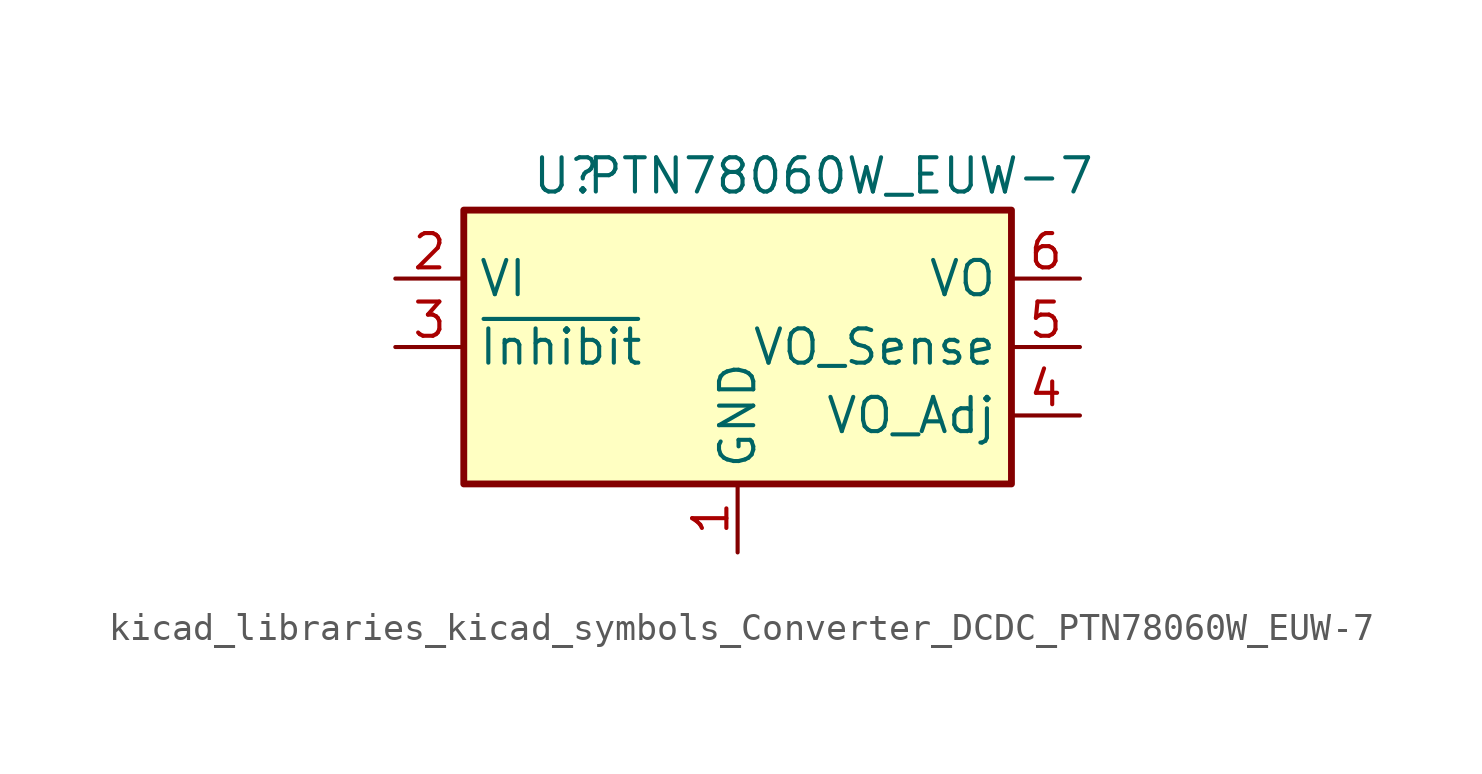
<source format=kicad_sym>
(kicad_symbol_lib
  (version 20220914)
  (generator kicad_symbol_editor)
  (symbol "kicad_libraries_kicad_symbols_Converter_DCDC_PTN78060W_EUW-7"
    (property "Reference" "U"
      (at -6.35 6.35 0)
      (effects (font (size 1.27 1.27))))
    (property "Value" "PTN78060W_EUW-7"
      (at 3.81 6.35 0)
      (effects (font (size 1.27 1.27))))
    (symbol "kicad_libraries_kicad_symbols_Converter_DCDC_PTN78060W_EUW-7_0_1"
      (rectangle (start -10.16 5.08) (end 10.16 -5.08) (stroke (width 0.254) (type default)) (fill (type background))))
    (symbol "kicad_libraries_kicad_symbols_Converter_DCDC_PTN78060W_EUW-7_1_1"
      (pin power_in line (at 0 -7.62 90) (length 2.54) (name "GND" (effects (font (size 1.27 1.27)))) (number "1" (effects (font (size 1.27 1.27)))))
      (pin power_in line (at -12.7 2.54 0) (length 2.54) (name "VI" (effects (font (size 1.27 1.27)))) (number "2" (effects (font (size 1.27 1.27)))))
      (pin input line (at -12.7 0 0) (length 2.54) (name "~{Inhibit}" (effects (font (size 1.27 1.27)))) (number "3" (effects (font (size 1.27 1.27)))))
      (pin input line (at 12.7 -2.54 180) (length 2.54) (name "VO_Adj" (effects (font (size 1.27 1.27)))) (number "4" (effects (font (size 1.27 1.27)))))
      (pin power_out line (at 12.7 0 180) (length 2.54) (name "VO_Sense" (effects (font (size 1.27 1.27)))) (number "5" (effects (font (size 1.27 1.27)))))
      (pin power_out line (at 12.7 2.54 180) (length 2.54) (name "VO" (effects (font (size 1.27 1.27)))) (number "6" (effects (font (size 1.27 1.27)))))
      (pin passive line (at 0 -7.62 90) (length 2.54) hide (name "GND" (effects (font (size 1.27 1.27)))) (number "7" (effects (font (size 1.27 1.27))))))))
</source>
